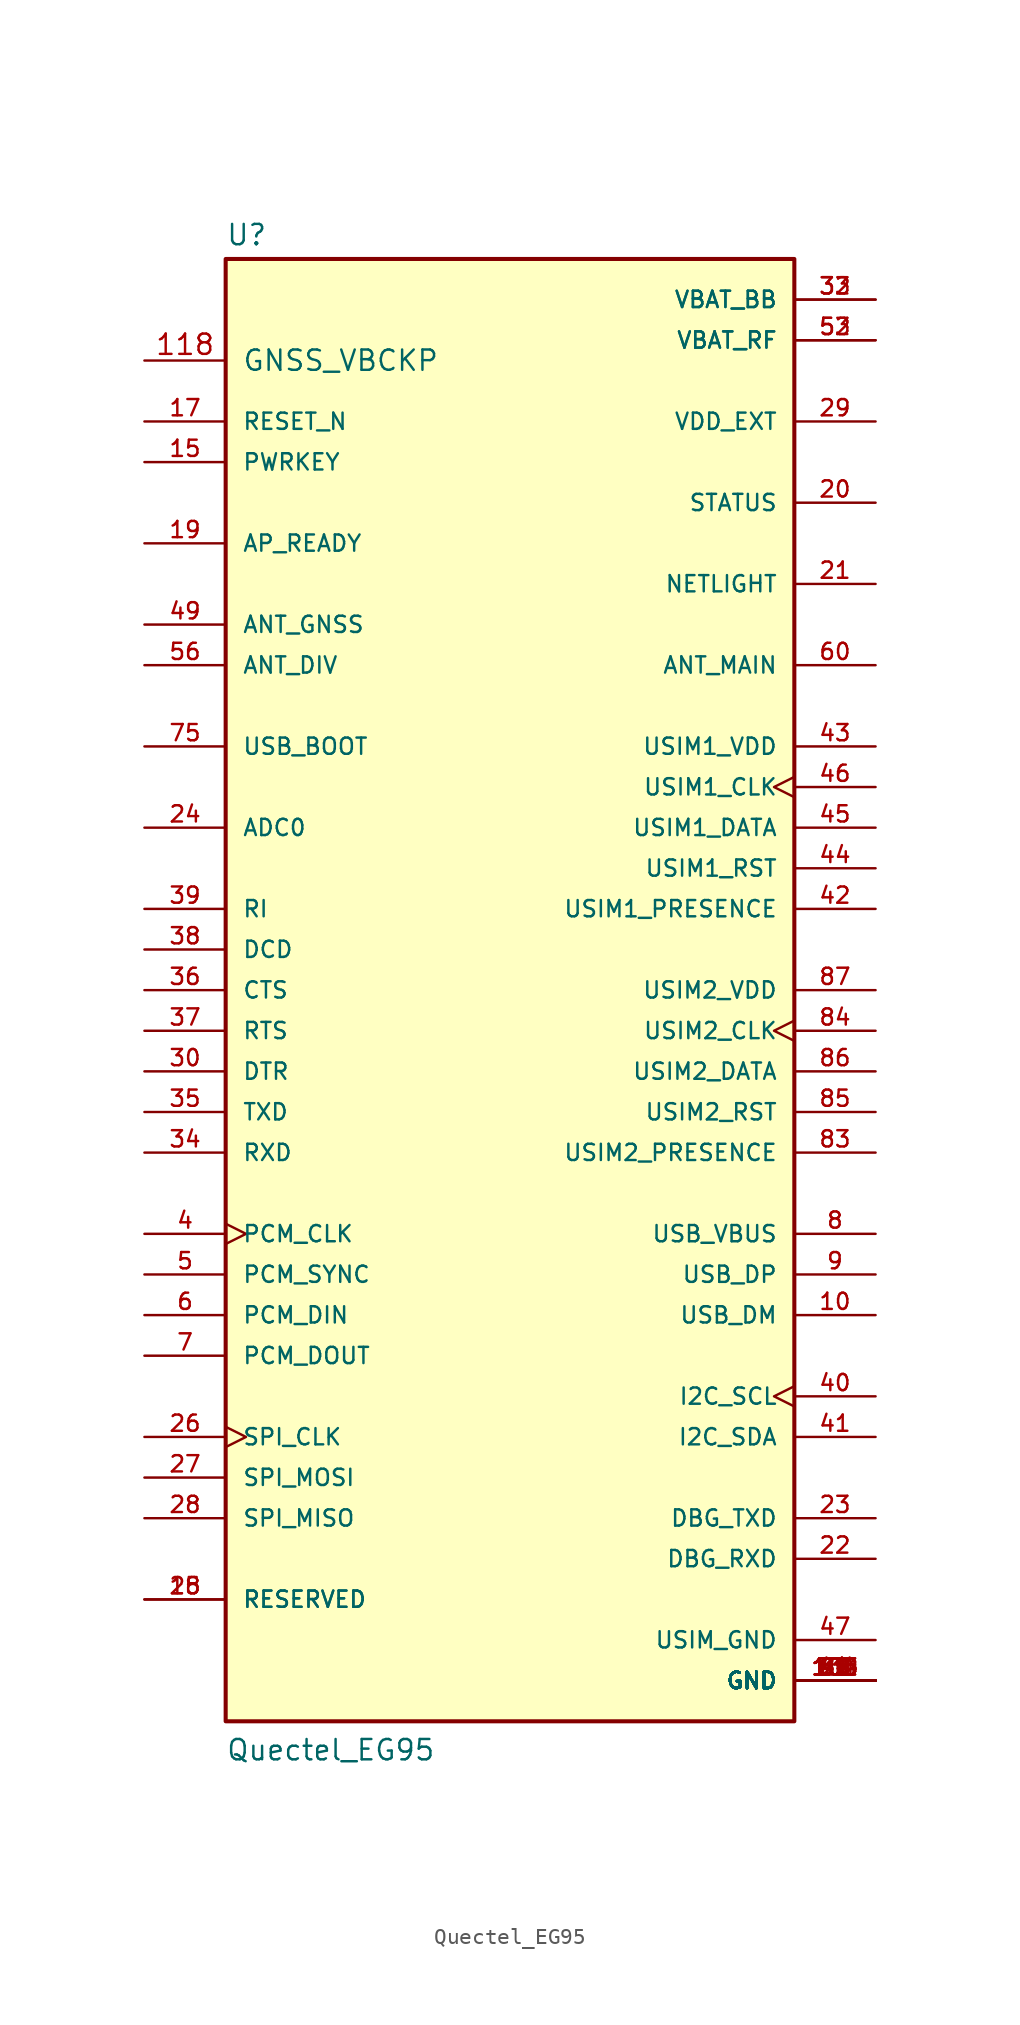
<source format=kicad_sym>
(kicad_symbol_lib
  (version 20231120)
  (generator "kicad_symbol_editor")
  (generator_version "8.0")
  (symbol "Quectel_EG95"
    (pin_names
      (offset 1.016))
    (property "Reference" "U"
      (at -17.78 46.482 0)
      (effects (font (size 1.27 1.27)) (justify left bottom)))
    (property "Value" "Quectel_EG95"
      (at -17.78 -48.26 0)
      (effects (font (size 1.27 1.27)) (justify left bottom)))
    (symbol "Quectel_EG95_0_0"
      (rectangle (start -17.78 -45.72) (end 17.78 45.72) (stroke (width 0.254) (type default)) (fill (type background)))
      (pin bidirectional line (at 22.86 -20.32 180) (length 5.08) (name "USB_DM" (effects (font (size 1.016 1.016)))) (number "10" (effects (font (size 1.016 1.016)))))
      (pin power_in line (at 22.86 -43.18 180) (length 5.08) (name "GND" (effects (font (size 1.016 1.016)))) (number "100" (effects (font (size 1.016 1.016)))))
      (pin power_in line (at 22.86 -43.18 180) (length 5.08) (name "GND" (effects (font (size 1.016 1.016)))) (number "101" (effects (font (size 1.016 1.016)))))
      (pin power_in line (at 22.86 -43.18 180) (length 5.08) (name "GND" (effects (font (size 1.016 1.016)))) (number "102" (effects (font (size 1.016 1.016)))))
      (pin power_in line (at 22.86 -43.18 180) (length 5.08) (name "GND" (effects (font (size 1.016 1.016)))) (number "103" (effects (font (size 1.016 1.016)))))
      (pin power_in line (at 22.86 -43.18 180) (length 5.08) (name "GND" (effects (font (size 1.016 1.016)))) (number "104" (effects (font (size 1.016 1.016)))))
      (pin power_in line (at 22.86 -43.18 180) (length 5.08) (name "GND" (effects (font (size 1.016 1.016)))) (number "105" (effects (font (size 1.016 1.016)))))
      (pin power_in line (at 22.86 -43.18 180) (length 5.08) (name "GND" (effects (font (size 1.016 1.016)))) (number "106" (effects (font (size 1.016 1.016)))))
      (pin input line (at -22.86 33.02 0) (length 5.08) (name "PWRKEY" (effects (font (size 1.016 1.016)))) (number "15" (effects (font (size 1.016 1.016)))))
      (pin input line (at -22.86 35.56 0) (length 5.08) (name "RESET_N" (effects (font (size 1.016 1.016)))) (number "17" (effects (font (size 1.016 1.016)))))
      (pin bidirectional line (at -22.86 -38.1 0) (length 5.08) (name "RESERVED" (effects (font (size 1.016 1.016)))) (number "18" (effects (font (size 1.016 1.016)))))
      (pin input line (at -22.86 27.94 0) (length 5.08) (name "AP_READY" (effects (font (size 1.016 1.016)))) (number "19" (effects (font (size 1.016 1.016)))))
      (pin output line (at 22.86 30.48 180) (length 5.08) (name "STATUS" (effects (font (size 1.016 1.016)))) (number "20" (effects (font (size 1.016 1.016)))))
      (pin output line (at 22.86 25.4 180) (length 5.08) (name "NETLIGHT" (effects (font (size 1.016 1.016)))) (number "21" (effects (font (size 1.016 1.016)))))
      (pin input line (at 22.86 -35.56 180) (length 5.08) (name "DBG_RXD" (effects (font (size 1.016 1.016)))) (number "22" (effects (font (size 1.016 1.016)))))
      (pin output line (at 22.86 -33.02 180) (length 5.08) (name "DBG_TXD" (effects (font (size 1.016 1.016)))) (number "23" (effects (font (size 1.016 1.016)))))
      (pin input line (at -22.86 10.16 0) (length 5.08) (name "ADC0" (effects (font (size 1.016 1.016)))) (number "24" (effects (font (size 1.016 1.016)))))
      (pin bidirectional line (at -22.86 -38.1 0) (length 5.08) (name "RESERVED" (effects (font (size 1.016 1.016)))) (number "25" (effects (font (size 1.016 1.016)))))
      (pin output clock (at -22.86 -27.94 0) (length 5.08) (name "SPI_CLK" (effects (font (size 1.016 1.016)))) (number "26" (effects (font (size 1.016 1.016)))))
      (pin output line (at -22.86 -30.48 0) (length 5.08) (name "SPI_MOSI" (effects (font (size 1.016 1.016)))) (number "27" (effects (font (size 1.016 1.016)))))
      (pin input line (at -22.86 -33.02 0) (length 5.08) (name "SPI_MISO" (effects (font (size 1.016 1.016)))) (number "28" (effects (font (size 1.016 1.016)))))
      (pin output line (at 22.86 35.56 180) (length 5.08) (name "VDD_EXT" (effects (font (size 1.016 1.016)))) (number "29" (effects (font (size 1.016 1.016)))))
      (pin power_in line (at 22.86 -43.18 180) (length 5.08) (name "GND" (effects (font (size 1.016 1.016)))) (number "3" (effects (font (size 1.016 1.016)))))
      (pin input line (at -22.86 -5.08 0) (length 5.08) (name "DTR" (effects (font (size 1.016 1.016)))) (number "30" (effects (font (size 1.016 1.016)))))
      (pin power_in line (at 22.86 -43.18 180) (length 5.08) (name "GND" (effects (font (size 1.016 1.016)))) (number "31" (effects (font (size 1.016 1.016)))))
      (pin power_in line (at 22.86 43.18 180) (length 5.08) (name "VBAT_BB" (effects (font (size 1.016 1.016)))) (number "32" (effects (font (size 1.016 1.016)))))
      (pin power_in line (at 22.86 43.18 180) (length 5.08) (name "VBAT_BB" (effects (font (size 1.016 1.016)))) (number "33" (effects (font (size 1.016 1.016)))))
      (pin input line (at -22.86 -10.16 0) (length 5.08) (name "RXD" (effects (font (size 1.016 1.016)))) (number "34" (effects (font (size 1.016 1.016)))))
      (pin output line (at -22.86 -7.62 0) (length 5.08) (name "TXD" (effects (font (size 1.016 1.016)))) (number "35" (effects (font (size 1.016 1.016)))))
      (pin output line (at -22.86 0 0) (length 5.08) (name "CTS" (effects (font (size 1.016 1.016)))) (number "36" (effects (font (size 1.016 1.016)))))
      (pin input line (at -22.86 -2.54 0) (length 5.08) (name "RTS" (effects (font (size 1.016 1.016)))) (number "37" (effects (font (size 1.016 1.016)))))
      (pin output line (at -22.86 2.54 0) (length 5.08) (name "DCD" (effects (font (size 1.016 1.016)))) (number "38" (effects (font (size 1.016 1.016)))))
      (pin output line (at -22.86 5.08 0) (length 5.08) (name "RI" (effects (font (size 1.016 1.016)))) (number "39" (effects (font (size 1.016 1.016)))))
      (pin bidirectional clock (at -22.86 -15.24 0) (length 5.08) (name "PCM_CLK" (effects (font (size 1.016 1.016)))) (number "4" (effects (font (size 1.016 1.016)))))
      (pin output clock (at 22.86 -25.4 180) (length 5.08) (name "I2C_SCL" (effects (font (size 1.016 1.016)))) (number "40" (effects (font (size 1.016 1.016)))))
      (pin output line (at 22.86 -27.94 180) (length 5.08) (name "I2C_SDA" (effects (font (size 1.016 1.016)))) (number "41" (effects (font (size 1.016 1.016)))))
      (pin input line (at 22.86 5.08 180) (length 5.08) (name "USIM1_PRESENCE" (effects (font (size 1.016 1.016)))) (number "42" (effects (font (size 1.016 1.016)))))
      (pin power_in line (at 22.86 15.24 180) (length 5.08) (name "USIM1_VDD" (effects (font (size 1.016 1.016)))) (number "43" (effects (font (size 1.016 1.016)))))
      (pin output line (at 22.86 7.62 180) (length 5.08) (name "USIM1_RST" (effects (font (size 1.016 1.016)))) (number "44" (effects (font (size 1.016 1.016)))))
      (pin bidirectional line (at 22.86 10.16 180) (length 5.08) (name "USIM1_DATA" (effects (font (size 1.016 1.016)))) (number "45" (effects (font (size 1.016 1.016)))))
      (pin output clock (at 22.86 12.7 180) (length 5.08) (name "USIM1_CLK" (effects (font (size 1.016 1.016)))) (number "46" (effects (font (size 1.016 1.016)))))
      (pin power_in line (at 22.86 -40.64 180) (length 5.08) (name "USIM_GND" (effects (font (size 1.016 1.016)))) (number "47" (effects (font (size 1.016 1.016)))))
      (pin power_in line (at 22.86 -43.18 180) (length 5.08) (name "GND" (effects (font (size 1.016 1.016)))) (number "48" (effects (font (size 1.016 1.016)))))
      (pin input line (at -22.86 22.86 0) (length 5.08) (name "ANT_GNSS" (effects (font (size 1.016 1.016)))) (number "49" (effects (font (size 1.016 1.016)))))
      (pin bidirectional line (at -22.86 -17.78 0) (length 5.08) (name "PCM_SYNC" (effects (font (size 1.016 1.016)))) (number "5" (effects (font (size 1.016 1.016)))))
      (pin power_in line (at 22.86 -43.18 180) (length 5.08) (name "GND" (effects (font (size 1.016 1.016)))) (number "50" (effects (font (size 1.016 1.016)))))
      (pin power_in line (at 22.86 40.64 180) (length 5.08) (name "VBAT_RF" (effects (font (size 1.016 1.016)))) (number "52" (effects (font (size 1.016 1.016)))))
      (pin power_in line (at 22.86 40.64 180) (length 5.08) (name "VBAT_RF" (effects (font (size 1.016 1.016)))) (number "53" (effects (font (size 1.016 1.016)))))
      (pin power_in line (at 22.86 -43.18 180) (length 5.08) (name "GND" (effects (font (size 1.016 1.016)))) (number "54" (effects (font (size 1.016 1.016)))))
      (pin power_in line (at 22.86 -43.18 180) (length 5.08) (name "GND" (effects (font (size 1.016 1.016)))) (number "55" (effects (font (size 1.016 1.016)))))
      (pin input line (at -22.86 20.32 0) (length 5.08) (name "ANT_DIV" (effects (font (size 1.016 1.016)))) (number "56" (effects (font (size 1.016 1.016)))))
      (pin power_in line (at 22.86 -43.18 180) (length 5.08) (name "GND" (effects (font (size 1.016 1.016)))) (number "58" (effects (font (size 1.016 1.016)))))
      (pin power_in line (at 22.86 -43.18 180) (length 5.08) (name "GND" (effects (font (size 1.016 1.016)))) (number "59" (effects (font (size 1.016 1.016)))))
      (pin input line (at -22.86 -20.32 0) (length 5.08) (name "PCM_DIN" (effects (font (size 1.016 1.016)))) (number "6" (effects (font (size 1.016 1.016)))))
      (pin bidirectional line (at 22.86 20.32 180) (length 5.08) (name "ANT_MAIN" (effects (font (size 1.016 1.016)))) (number "60" (effects (font (size 1.016 1.016)))))
      (pin power_in line (at 22.86 -43.18 180) (length 5.08) (name "GND" (effects (font (size 1.016 1.016)))) (number "61" (effects (font (size 1.016 1.016)))))
      (pin power_in line (at 22.86 -43.18 180) (length 5.08) (name "GND" (effects (font (size 1.016 1.016)))) (number "62" (effects (font (size 1.016 1.016)))))
      (pin power_in line (at 22.86 -43.18 180) (length 5.08) (name "GND" (effects (font (size 1.016 1.016)))) (number "67" (effects (font (size 1.016 1.016)))))
      (pin power_in line (at 22.86 -43.18 180) (length 5.08) (name "GND" (effects (font (size 1.016 1.016)))) (number "68" (effects (font (size 1.016 1.016)))))
      (pin power_in line (at 22.86 -43.18 180) (length 5.08) (name "GND" (effects (font (size 1.016 1.016)))) (number "69" (effects (font (size 1.016 1.016)))))
      (pin output line (at -22.86 -22.86 0) (length 5.08) (name "PCM_DOUT" (effects (font (size 1.016 1.016)))) (number "7" (effects (font (size 1.016 1.016)))))
      (pin power_in line (at 22.86 -43.18 180) (length 5.08) (name "GND" (effects (font (size 1.016 1.016)))) (number "70" (effects (font (size 1.016 1.016)))))
      (pin power_in line (at 22.86 -43.18 180) (length 5.08) (name "GND" (effects (font (size 1.016 1.016)))) (number "71" (effects (font (size 1.016 1.016)))))
      (pin power_in line (at 22.86 -43.18 180) (length 5.08) (name "GND" (effects (font (size 1.016 1.016)))) (number "72" (effects (font (size 1.016 1.016)))))
      (pin power_in line (at 22.86 -43.18 180) (length 5.08) (name "GND" (effects (font (size 1.016 1.016)))) (number "73" (effects (font (size 1.016 1.016)))))
      (pin power_in line (at 22.86 -43.18 180) (length 5.08) (name "GND" (effects (font (size 1.016 1.016)))) (number "74" (effects (font (size 1.016 1.016)))))
      (pin input line (at -22.86 15.24 0) (length 5.08) (name "USB_BOOT" (effects (font (size 1.016 1.016)))) (number "75" (effects (font (size 1.016 1.016)))))
      (pin power_in line (at 22.86 -43.18 180) (length 5.08) (name "GND" (effects (font (size 1.016 1.016)))) (number "79" (effects (font (size 1.016 1.016)))))
      (pin power_in line (at 22.86 -15.24 180) (length 5.08) (name "USB_VBUS" (effects (font (size 1.016 1.016)))) (number "8" (effects (font (size 1.016 1.016)))))
      (pin power_in line (at 22.86 -43.18 180) (length 5.08) (name "GND" (effects (font (size 1.016 1.016)))) (number "80" (effects (font (size 1.016 1.016)))))
      (pin power_in line (at 22.86 -43.18 180) (length 5.08) (name "GND" (effects (font (size 1.016 1.016)))) (number "81" (effects (font (size 1.016 1.016)))))
      (pin power_in line (at 22.86 -43.18 180) (length 5.08) (name "GND" (effects (font (size 1.016 1.016)))) (number "82" (effects (font (size 1.016 1.016)))))
      (pin input line (at 22.86 -10.16 180) (length 5.08) (name "USIM2_PRESENCE" (effects (font (size 1.016 1.016)))) (number "83" (effects (font (size 1.016 1.016)))))
      (pin output clock (at 22.86 -2.54 180) (length 5.08) (name "USIM2_CLK" (effects (font (size 1.016 1.016)))) (number "84" (effects (font (size 1.016 1.016)))))
      (pin output line (at 22.86 -7.62 180) (length 5.08) (name "USIM2_RST" (effects (font (size 1.016 1.016)))) (number "85" (effects (font (size 1.016 1.016)))))
      (pin bidirectional line (at 22.86 -5.08 180) (length 5.08) (name "USIM2_DATA" (effects (font (size 1.016 1.016)))) (number "86" (effects (font (size 1.016 1.016)))))
      (pin power_in line (at 22.86 0 180) (length 5.08) (name "USIM2_VDD" (effects (font (size 1.016 1.016)))) (number "87" (effects (font (size 1.016 1.016)))))
      (pin power_in line (at 22.86 -43.18 180) (length 5.08) (name "GND" (effects (font (size 1.016 1.016)))) (number "89" (effects (font (size 1.016 1.016)))))
      (pin bidirectional line (at 22.86 -17.78 180) (length 5.08) (name "USB_DP" (effects (font (size 1.016 1.016)))) (number "9" (effects (font (size 1.016 1.016)))))
      (pin power_in line (at 22.86 -43.18 180) (length 5.08) (name "GND" (effects (font (size 1.016 1.016)))) (number "90" (effects (font (size 1.016 1.016)))))
      (pin power_in line (at 22.86 -43.18 180) (length 5.08) (name "GND" (effects (font (size 1.016 1.016)))) (number "91" (effects (font (size 1.016 1.016))))))
    (symbol "Quectel_EG95_1_1"
      (pin input line (at -22.86 39.37 0) (length 5.08) (name "GNSS_VBCKP" (effects (font (size 1.27 1.27)))) (number "118" (effects (font (size 1.27 1.27))))))))
</source>
